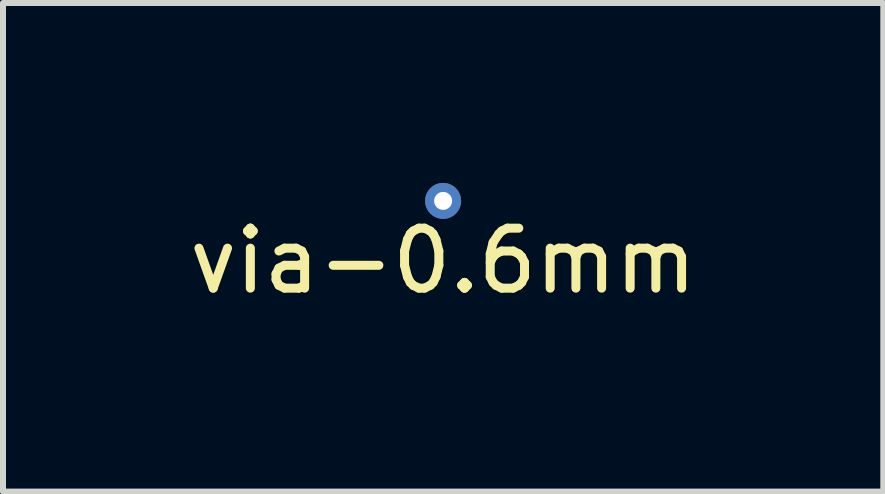
<source format=kicad_pcb>
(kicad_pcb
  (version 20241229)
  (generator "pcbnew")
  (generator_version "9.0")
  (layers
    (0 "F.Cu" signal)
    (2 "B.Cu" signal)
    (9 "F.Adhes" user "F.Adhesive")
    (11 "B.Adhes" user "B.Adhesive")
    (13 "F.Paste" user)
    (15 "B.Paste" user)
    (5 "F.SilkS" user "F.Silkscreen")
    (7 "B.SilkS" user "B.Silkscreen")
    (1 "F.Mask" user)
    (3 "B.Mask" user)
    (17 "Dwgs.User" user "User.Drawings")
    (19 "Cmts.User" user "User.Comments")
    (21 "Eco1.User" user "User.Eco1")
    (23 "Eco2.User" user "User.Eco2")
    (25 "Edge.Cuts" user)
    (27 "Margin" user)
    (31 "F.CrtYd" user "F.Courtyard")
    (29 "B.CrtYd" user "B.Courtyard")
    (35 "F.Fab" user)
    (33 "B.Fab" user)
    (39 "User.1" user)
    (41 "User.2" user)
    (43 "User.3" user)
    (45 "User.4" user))
  (footprint "via-0.6mm"
    (layer "F.Cu")
    (at 4.339 0.3)
    (property "Reference" "via-0.6mm" (at 0 1 0) (layer "F.SilkS") (effects (font (size 1 1) (thickness 0.15))))
    (attr through_hole)
    (pad "1" thru_hole circle (at 0 0) (size 0.6 0.6) (drill 0.3) (layers "*.Cu")))
  (gr_rect
    (start -3 -3)
    (end 11.679 5.148)
    (stroke (width 0.1) (type default))
    (fill no)
    (layer "Edge.Cuts")))
</source>
